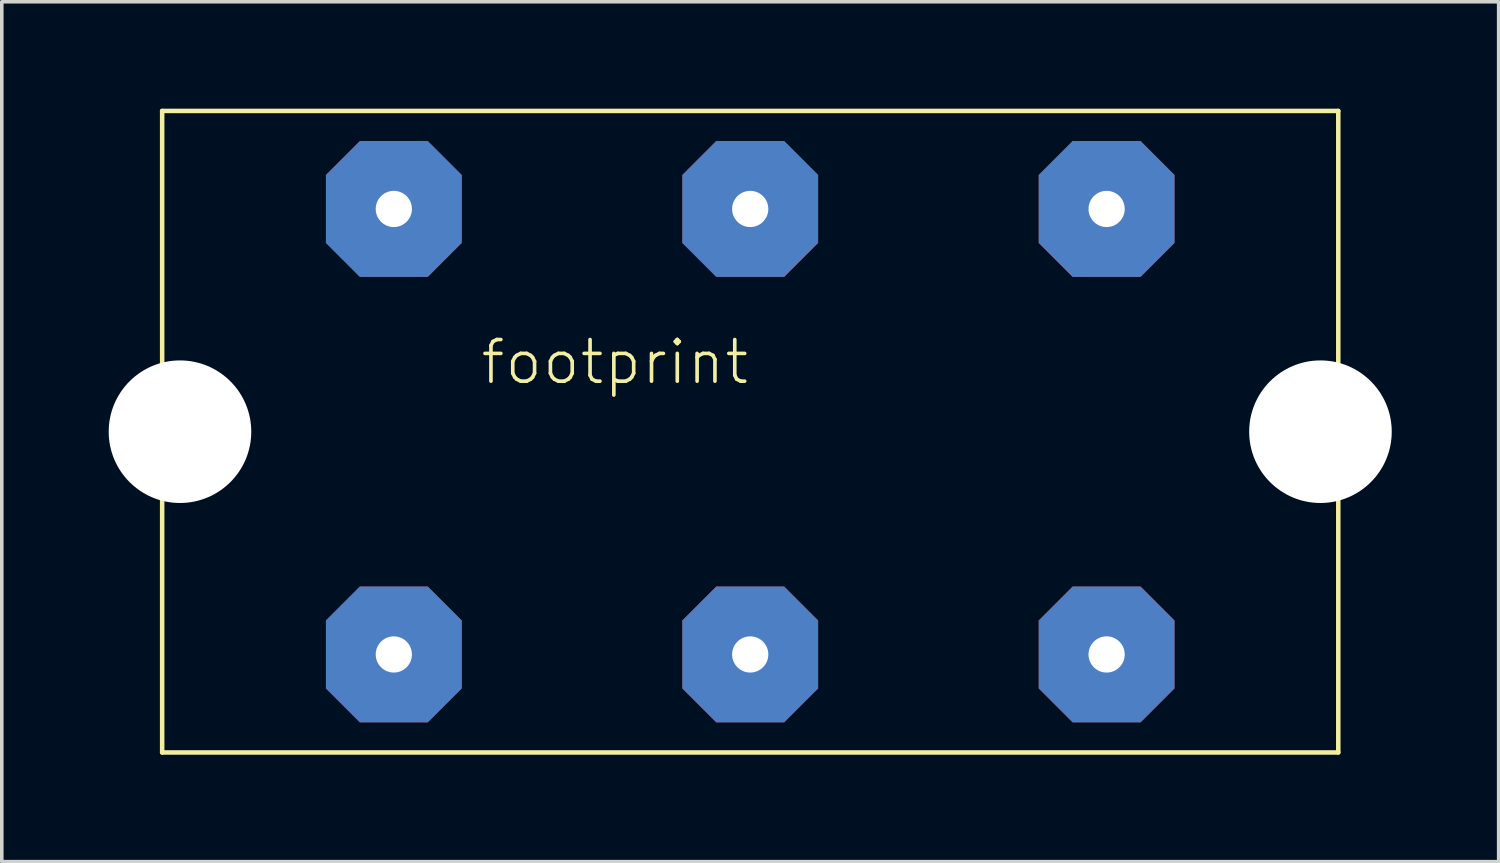
<source format=kicad_pcb>
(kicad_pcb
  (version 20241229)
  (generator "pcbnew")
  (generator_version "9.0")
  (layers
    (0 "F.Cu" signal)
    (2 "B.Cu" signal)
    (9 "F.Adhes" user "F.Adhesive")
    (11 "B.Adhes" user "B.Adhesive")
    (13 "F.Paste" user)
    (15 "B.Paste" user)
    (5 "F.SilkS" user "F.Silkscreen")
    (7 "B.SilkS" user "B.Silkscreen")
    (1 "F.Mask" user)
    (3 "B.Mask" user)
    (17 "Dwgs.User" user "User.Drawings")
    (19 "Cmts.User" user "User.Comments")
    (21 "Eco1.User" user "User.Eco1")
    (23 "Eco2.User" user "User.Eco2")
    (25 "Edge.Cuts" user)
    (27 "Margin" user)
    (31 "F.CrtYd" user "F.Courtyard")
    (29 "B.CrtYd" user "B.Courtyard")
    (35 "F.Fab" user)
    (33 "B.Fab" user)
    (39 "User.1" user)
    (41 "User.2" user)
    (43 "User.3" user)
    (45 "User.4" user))
  (footprint "footprint"
    (layer "F.Cu")
    (at 18 9.063)
    (property "Reference" "footprint" (at -7.62 -1.27 0) (layer "F.SilkS") (effects (font (size 1.168 1.168) (thickness 0.102)) (justify left bottom)))
    (fp_line (start -16.5 -9) (end 16.5 -9) (stroke (width 0.127) (type solid)) (layer "F.SilkS"))
    (fp_line (start -16.5 9) (end -16.5 -9) (stroke (width 0.127) (type solid)) (layer "F.SilkS"))
    (fp_line (start 16.5 -9) (end 16.5 9) (stroke (width 0.127) (type solid)) (layer "F.SilkS"))
    (fp_line (start 16.5 9) (end -16.5 9) (stroke (width 0.127) (type solid)) (layer "F.SilkS"))
    (pad "" np_thru_hole circle (at -16 0) (size 4 4) (drill 4) (layers "*.Cu" "*.Mask"))
    (pad "" np_thru_hole circle (at 16 0) (size 4 4) (drill 4) (layers "*.Cu" "*.Mask"))
    (pad "1" thru_hole roundrect (at 10 -6.25) (size 3.81 3.81) (drill 1.016) (layers "*.Cu" "*.Mask") (roundrect_rratio 0.25) (chamfer_ratio 0.25) (chamfer top_left top_right bottom_left bottom_right))
    (pad "2" thru_hole roundrect (at 10 6.25) (size 3.81 3.81) (drill 1.016) (layers "*.Cu" "*.Mask") (roundrect_rratio 0.25) (chamfer_ratio 0.25) (chamfer top_left top_right bottom_left bottom_right))
    (pad "3" thru_hole roundrect (at -10 -6.25) (size 3.81 3.81) (drill 1.016) (layers "*.Cu" "*.Mask") (roundrect_rratio 0.25) (chamfer_ratio 0.25) (chamfer top_left top_right bottom_left bottom_right))
    (pad "4" thru_hole roundrect (at -10 6.25) (size 3.81 3.81) (drill 1.016) (layers "*.Cu" "*.Mask") (roundrect_rratio 0.25) (chamfer_ratio 0.25) (chamfer top_left top_right bottom_left bottom_right))
    (pad "5" thru_hole roundrect (at 0 -6.25) (size 3.81 3.81) (drill 1.016) (layers "*.Cu" "*.Mask") (roundrect_rratio 0.25) (chamfer_ratio 0.25) (chamfer top_left top_right bottom_left bottom_right))
    (pad "6" thru_hole roundrect (at 0 6.25) (size 3.81 3.81) (drill 1.016) (layers "*.Cu" "*.Mask") (roundrect_rratio 0.25) (chamfer_ratio 0.25) (chamfer top_left top_right bottom_left bottom_right)))
  (gr_rect
    (start -3 -3)
    (end 39 21.127)
    (stroke (width 0.1) (type default))
    (fill no)
    (layer "Edge.Cuts")))
</source>
